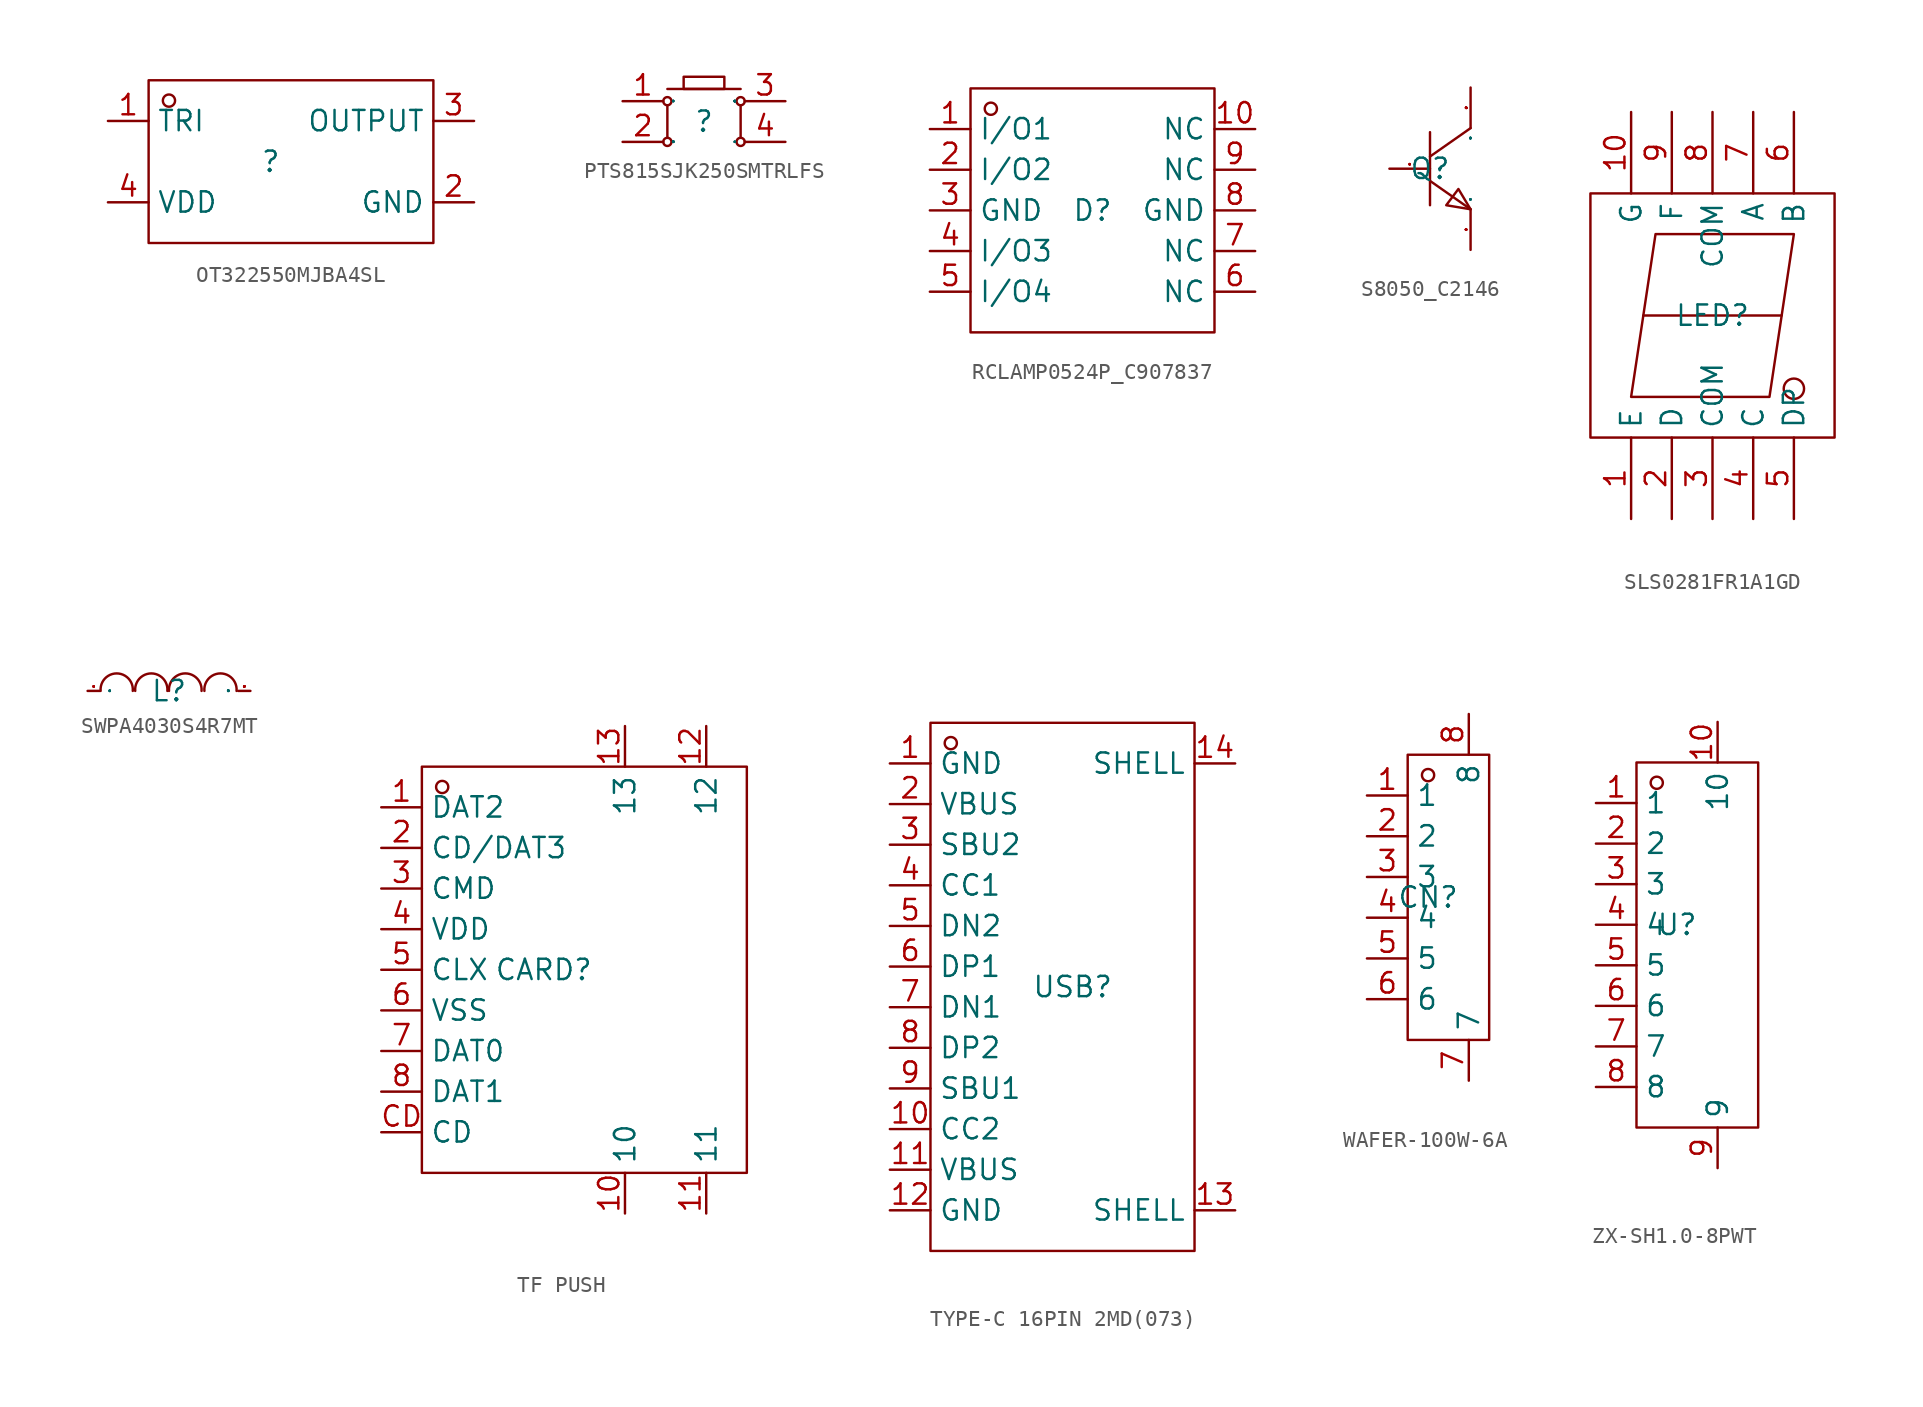
<source format=kicad_sym>
(kicad_symbol_lib
  (version 20241209)
  (generator "kicad_symbol_editor")
  (generator_version "9.0")
  (symbol "OT322550MJBA4SL"
    (property "Reference" ""
      (at 0 0 0)
      (effects (font (size 1.27 1.27))))
    (symbol "OT322550MJBA4SL_1_0"
      (rectangle (start -7.62 -5.08) (end 10.16 5.08) (stroke (width 0) (type default)) (fill (type none)))
      (circle (center -6.35 3.81) (radius 0.381) (stroke (width 0) (type default)) (fill (type none)))
      (pin unspecified line (at -10.16 2.54 0) (length 2.54) (name "TRI" (effects (font (size 1.27 1.27)))) (number "1" (effects (font (size 1.27 1.27)))))
      (pin unspecified line (at -10.16 -2.54 0) (length 2.54) (name "VDD" (effects (font (size 1.27 1.27)))) (number "4" (effects (font (size 1.27 1.27)))))
      (pin unspecified line (at 12.7 2.54 180) (length 2.54) (name "OUTPUT" (effects (font (size 1.27 1.27)))) (number "3" (effects (font (size 1.27 1.27)))))
      (pin unspecified line (at 12.7 -2.54 180) (length 2.54) (name "GND" (effects (font (size 1.27 1.27)))) (number "2" (effects (font (size 1.27 1.27)))))))
  (symbol "PTS815SJK250SMTRLFS"
    (property "Reference" ""
      (at 0 0 0)
      (effects (font (size 1.27 1.27))))
    (property "Value" ""
      (at 0 0 0)
      (effects (font (size 1.27 1.27))))
    (symbol "PTS815SJK250SMTRLFS_1_0"
      (polyline (pts (xy -2.286 2.032) (xy 2.286 2.032)) (stroke (width 0) (type default)) (fill (type none)))
      (circle (center -2.286 1.27) (radius 0.254) (stroke (width 0) (type default)) (fill (type none)))
      (polyline (pts (xy -2.286 1.016) (xy -2.286 -1.016)) (stroke (width 0) (type default)) (fill (type none)))
      (circle (center -2.286 -1.27) (radius 0.254) (stroke (width 0) (type default)) (fill (type none)))
      (rectangle (start -1.27 2.794) (end 1.27 2.032) (stroke (width 0) (type default)) (fill (type none)))
      (circle (center 2.286 1.27) (radius 0.254) (stroke (width 0) (type default)) (fill (type none)))
      (polyline (pts (xy 2.286 1.016) (xy 2.286 -1.016)) (stroke (width 0) (type default)) (fill (type none)))
      (circle (center 2.286 -1.27) (radius 0.254) (stroke (width 0) (type default)) (fill (type none)))
      (pin input line (at -5.08 1.27 0) (length 2.54) (name "1" (effects (font (size 0.025 0.025)))) (number "1" (effects (font (size 1.27 1.27)))))
      (pin input line (at -5.08 -1.27 0) (length 2.54) (name "2" (effects (font (size 0.025 0.025)))) (number "2" (effects (font (size 1.27 1.27)))))
      (pin input line (at 5.08 1.27 180) (length 2.54) (name "3" (effects (font (size 0.025 0.025)))) (number "3" (effects (font (size 1.27 1.27)))))
      (pin input line (at 5.08 -1.27 180) (length 2.54) (name "4" (effects (font (size 0.025 0.025)))) (number "4" (effects (font (size 1.27 1.27)))))))
  (symbol "RCLAMP0524P_C907837"
    (property "Reference" "D"
      (at 0 0 0)
      (effects (font (size 1.27 1.27))))
    (property "Value" ""
      (at 0 0 0)
      (effects (font (size 1.27 1.27))))
    (symbol "RCLAMP0524P_C907837_1_0"
      (rectangle (start -7.62 -7.62) (end 7.62 7.62) (stroke (width 0) (type default)) (fill (type none)))
      (circle (center -6.35 6.35) (radius 0.381) (stroke (width 0) (type default)) (fill (type none)))
      (pin input line (at -10.16 5.08 0) (length 2.54) (name "I/O1" (effects (font (size 1.27 1.27)))) (number "1" (effects (font (size 1.27 1.27)))))
      (pin input line (at -10.16 2.54 0) (length 2.54) (name "I/O2" (effects (font (size 1.27 1.27)))) (number "2" (effects (font (size 1.27 1.27)))))
      (pin input line (at -10.16 0 0) (length 2.54) (name "GND" (effects (font (size 1.27 1.27)))) (number "3" (effects (font (size 1.27 1.27)))))
      (pin input line (at -10.16 -2.54 0) (length 2.54) (name "I/O3" (effects (font (size 1.27 1.27)))) (number "4" (effects (font (size 1.27 1.27)))))
      (pin input line (at -10.16 -5.08 0) (length 2.54) (name "I/O4" (effects (font (size 1.27 1.27)))) (number "5" (effects (font (size 1.27 1.27)))))
      (pin input line (at 10.16 5.08 180) (length 2.54) (name "NC" (effects (font (size 1.27 1.27)))) (number "10" (effects (font (size 1.27 1.27)))))
      (pin input line (at 10.16 2.54 180) (length 2.54) (name "NC" (effects (font (size 1.27 1.27)))) (number "9" (effects (font (size 1.27 1.27)))))
      (pin input line (at 10.16 0 180) (length 2.54) (name "GND" (effects (font (size 1.27 1.27)))) (number "8" (effects (font (size 1.27 1.27)))))
      (pin input line (at 10.16 -2.54 180) (length 2.54) (name "NC" (effects (font (size 1.27 1.27)))) (number "7" (effects (font (size 1.27 1.27)))))
      (pin input line (at 10.16 -5.08 180) (length 2.54) (name "NC" (effects (font (size 1.27 1.27)))) (number "6" (effects (font (size 1.27 1.27)))))))
  (symbol "S8050_C2146"
    (property "Reference" "Q"
      (at 0 0 0)
      (effects (font (size 1.27 1.27))))
    (property "Value" ""
      (at 0 0 0)
      (effects (font (size 1.27 1.27))))
    (symbol "S8050_C2146_1_0"
      (polyline (pts (xy 0 2.286) (xy 0 -2.286)) (stroke (width 0) (type default)) (fill (type none)))
      (polyline (pts (xy 0 -0.762) (xy 2.54 -2.54)) (stroke (width 0) (type default)) (fill (type none)))
      (polyline (pts (xy 2.54 2.54) (xy 0 0.762)) (stroke (width 0) (type default)) (fill (type none)))
      (polyline (pts (xy 2.54 -2.54) (xy 1.778 -1.27) (xy 1.778 -1.27) (xy 1.016 -2.286) (xy 1.016 -2.286) (xy 2.54 -2.54)) (stroke (width 0) (type default)) (fill (type none)))
      (pin unspecified line (at -2.54 0 0) (length 2.54) (name "B" (effects (font (size 0.025 0.025)))) (number "1" (effects (font (size 0.025 0.025)))))
      (pin unspecified line (at 2.54 5.08 270) (length 2.54) (name "C" (effects (font (size 0.025 0.025)))) (number "3" (effects (font (size 0.025 0.025)))))
      (pin unspecified line (at 2.54 -5.08 90) (length 2.54) (name "E" (effects (font (size 0.025 0.025)))) (number "2" (effects (font (size 0.025 0.025)))))))
  (symbol "SLS0281FR1A1GD"
    (property "Reference" "LED"
      (at 0 0 0)
      (effects (font (size 1.27 1.27))))
    (property "Value" ""
      (at 0 0 0)
      (effects (font (size 1.27 1.27))))
    (symbol "SLS0281FR1A1GD_1_0"
      (rectangle (start -7.62 -7.62) (end 7.62 7.62) (stroke (width 0) (type default)) (fill (type none)))
      (polyline (pts (xy -4.318 0) (xy 4.318 0)) (stroke (width 0) (type default)) (fill (type none)))
      (polyline (pts (xy -3.556 5.08) (xy 5.08 5.08) (xy 5.08 5.08) (xy 3.556 -5.08) (xy 3.556 -5.08) (xy -5.08 -5.08) (xy -5.08 -5.08) (xy -3.556 5.08)) (stroke (width 0) (type default)) (fill (type none)))
      (circle (center 5.08 -4.572) (radius 0.635) (stroke (width 0) (type default)) (fill (type none)))
      (pin input line (at -5.08 12.7 270) (length 5.08) (name "G" (effects (font (size 1.27 1.27)))) (number "10" (effects (font (size 1.27 1.27)))))
      (pin input line (at -5.08 -12.7 90) (length 5.08) (name "E" (effects (font (size 1.27 1.27)))) (number "1" (effects (font (size 1.27 1.27)))))
      (pin input line (at -2.54 12.7 270) (length 5.08) (name "F" (effects (font (size 1.27 1.27)))) (number "9" (effects (font (size 1.27 1.27)))))
      (pin input line (at -2.54 -12.7 90) (length 5.08) (name "D" (effects (font (size 1.27 1.27)))) (number "2" (effects (font (size 1.27 1.27)))))
      (pin input line (at 0 12.7 270) (length 5.08) (name "COM" (effects (font (size 1.27 1.27)))) (number "8" (effects (font (size 1.27 1.27)))))
      (pin input line (at 0 -12.7 90) (length 5.08) (name "COM" (effects (font (size 1.27 1.27)))) (number "3" (effects (font (size 1.27 1.27)))))
      (pin input line (at 2.54 12.7 270) (length 5.08) (name "A" (effects (font (size 1.27 1.27)))) (number "7" (effects (font (size 1.27 1.27)))))
      (pin input line (at 2.54 -12.7 90) (length 5.08) (name "C" (effects (font (size 1.27 1.27)))) (number "4" (effects (font (size 1.27 1.27)))))
      (pin input line (at 5.08 12.7 270) (length 5.08) (name "B" (effects (font (size 1.27 1.27)))) (number "6" (effects (font (size 1.27 1.27)))))
      (pin input line (at 5.08 -12.7 90) (length 5.08) (name "DP" (effects (font (size 1.27 1.27)))) (number "5" (effects (font (size 1.27 1.27)))))))
  (symbol "SWPA4030S4R7MT"
    (property "Reference" "L"
      (at 0 0 0)
      (effects (font (size 1.27 1.27))))
    (property "Value" ""
      (at 0 0 0)
      (effects (font (size 1.27 1.27))))
    (symbol "SWPA4030S4R7MT_1_0"
      (arc (start -4.2672 0) (mid -3.2512 1.0922) (end -2.2606 0) (stroke (width 0) (type default)) (fill (type none)))
      (arc (start -2.1082 0) (mid -1.1176 1.0922) (end -0.1016 0) (stroke (width 0) (type default)) (fill (type none)))
      (arc (start 0 0) (mid 1.016 1.0922) (end 2.032 0) (stroke (width 0) (type default)) (fill (type none)))
      (arc (start 2.2098 0) (mid 3.2004 1.0922) (end 4.2164 0) (stroke (width 0) (type default)) (fill (type none)))
      (pin input line (at -5.08 0 0) (length 0.762) (name "1" (effects (font (size 0.025 0.025)))) (number "1" (effects (font (size 0.025 0.025)))))
      (pin input line (at 5.08 0 180) (length 0.762) (name "2" (effects (font (size 0.025 0.025)))) (number "2" (effects (font (size 0.025 0.025)))))))
  (symbol "TF PUSH"
    (property "Reference" "CARD"
      (at 0 0 0)
      (effects (font (size 1.27 1.27))))
    (property "Value" ""
      (at 0 0 0)
      (effects (font (size 1.27 1.27))))
    (symbol "TF PUSH_1_0"
      (rectangle (start -7.62 -12.7) (end 12.7 12.7) (stroke (width 0) (type default)) (fill (type none)))
      (circle (center -6.35 11.43) (radius 0.381) (stroke (width 0) (type default)) (fill (type none)))
      (pin input line (at -10.16 10.16 0) (length 2.54) (name "DAT2" (effects (font (size 1.27 1.27)))) (number "1" (effects (font (size 1.27 1.27)))))
      (pin input line (at -10.16 7.62 0) (length 2.54) (name "CD/DAT3" (effects (font (size 1.27 1.27)))) (number "2" (effects (font (size 1.27 1.27)))))
      (pin input line (at -10.16 5.08 0) (length 2.54) (name "CMD" (effects (font (size 1.27 1.27)))) (number "3" (effects (font (size 1.27 1.27)))))
      (pin input line (at -10.16 2.54 0) (length 2.54) (name "VDD" (effects (font (size 1.27 1.27)))) (number "4" (effects (font (size 1.27 1.27)))))
      (pin input line (at -10.16 0 0) (length 2.54) (name "CLX" (effects (font (size 1.27 1.27)))) (number "5" (effects (font (size 1.27 1.27)))))
      (pin input line (at -10.16 -2.54 0) (length 2.54) (name "VSS" (effects (font (size 1.27 1.27)))) (number "6" (effects (font (size 1.27 1.27)))))
      (pin input line (at -10.16 -5.08 0) (length 2.54) (name "DAT0" (effects (font (size 1.27 1.27)))) (number "7" (effects (font (size 1.27 1.27)))))
      (pin input line (at -10.16 -7.62 0) (length 2.54) (name "DAT1" (effects (font (size 1.27 1.27)))) (number "8" (effects (font (size 1.27 1.27)))))
      (pin input line (at -10.16 -10.16 0) (length 2.54) (name "CD" (effects (font (size 1.27 1.27)))) (number "CD" (effects (font (size 1.27 1.27)))))
      (pin input line (at 5.08 15.24 270) (length 2.54) (name "13" (effects (font (size 1.27 1.27)))) (number "13" (effects (font (size 1.27 1.27)))))
      (pin input line (at 5.08 -15.24 90) (length 2.54) (name "10" (effects (font (size 1.27 1.27)))) (number "10" (effects (font (size 1.27 1.27)))))
      (pin input line (at 10.16 15.24 270) (length 2.54) (name "12" (effects (font (size 1.27 1.27)))) (number "12" (effects (font (size 1.27 1.27)))))
      (pin input line (at 10.16 -15.24 90) (length 2.54) (name "11" (effects (font (size 1.27 1.27)))) (number "11" (effects (font (size 1.27 1.27)))))))
  (symbol "TYPE-C 16PIN 2MD(073)"
    (property "Reference" "USB"
      (at 0 0 0)
      (effects (font (size 1.27 1.27))))
    (property "Value" ""
      (at 0 0 0)
      (effects (font (size 1.27 1.27))))
    (symbol "TYPE-C 16PIN 2MD(073)_1_0"
      (rectangle (start -8.89 -16.51) (end 7.62 16.51) (stroke (width 0) (type default)) (fill (type none)))
      (circle (center -7.62 15.24) (radius 0.381) (stroke (width 0) (type default)) (fill (type none)))
      (pin input line (at -11.43 13.97 0) (length 2.54) (name "GND" (effects (font (size 1.27 1.27)))) (number "1" (effects (font (size 1.27 1.27)))))
      (pin input line (at -11.43 11.43 0) (length 2.54) (name "VBUS" (effects (font (size 1.27 1.27)))) (number "2" (effects (font (size 1.27 1.27)))))
      (pin input line (at -11.43 8.89 0) (length 2.54) (name "SBU2" (effects (font (size 1.27 1.27)))) (number "3" (effects (font (size 1.27 1.27)))))
      (pin input line (at -11.43 6.35 0) (length 2.54) (name "CC1" (effects (font (size 1.27 1.27)))) (number "4" (effects (font (size 1.27 1.27)))))
      (pin input line (at -11.43 3.81 0) (length 2.54) (name "DN2" (effects (font (size 1.27 1.27)))) (number "5" (effects (font (size 1.27 1.27)))))
      (pin input line (at -11.43 1.27 0) (length 2.54) (name "DP1" (effects (font (size 1.27 1.27)))) (number "6" (effects (font (size 1.27 1.27)))))
      (pin input line (at -11.43 -1.27 0) (length 2.54) (name "DN1" (effects (font (size 1.27 1.27)))) (number "7" (effects (font (size 1.27 1.27)))))
      (pin input line (at -11.43 -3.81 0) (length 2.54) (name "DP2" (effects (font (size 1.27 1.27)))) (number "8" (effects (font (size 1.27 1.27)))))
      (pin input line (at -11.43 -6.35 0) (length 2.54) (name "SBU1" (effects (font (size 1.27 1.27)))) (number "9" (effects (font (size 1.27 1.27)))))
      (pin input line (at -11.43 -8.89 0) (length 2.54) (name "CC2" (effects (font (size 1.27 1.27)))) (number "10" (effects (font (size 1.27 1.27)))))
      (pin input line (at -11.43 -11.43 0) (length 2.54) (name "VBUS" (effects (font (size 1.27 1.27)))) (number "11" (effects (font (size 1.27 1.27)))))
      (pin input line (at -11.43 -13.97 0) (length 2.54) (name "GND" (effects (font (size 1.27 1.27)))) (number "12" (effects (font (size 1.27 1.27)))))
      (pin input line (at 10.16 13.97 180) (length 2.54) (name "SHELL" (effects (font (size 1.27 1.27)))) (number "14" (effects (font (size 1.27 1.27)))))
      (pin input line (at 10.16 -13.97 180) (length 2.54) (name "SHELL" (effects (font (size 1.27 1.27)))) (number "13" (effects (font (size 1.27 1.27)))))))
  (symbol "WAFER-100W-6A"
    (property "Reference" "CN"
      (at 0 0 0)
      (effects (font (size 1.27 1.27))))
    (property "Value" ""
      (at 0 0 0)
      (effects (font (size 1.27 1.27))))
    (symbol "WAFER-100W-6A_1_0"
      (rectangle (start -1.27 -8.89) (end 3.81 8.89) (stroke (width 0) (type default)) (fill (type none)))
      (circle (center 0 7.62) (radius 0.381) (stroke (width 0) (type default)) (fill (type none)))
      (pin unspecified line (at -3.81 6.35 0) (length 2.54) (name "1" (effects (font (size 1.27 1.27)))) (number "1" (effects (font (size 1.27 1.27)))))
      (pin unspecified line (at -3.81 3.81 0) (length 2.54) (name "2" (effects (font (size 1.27 1.27)))) (number "2" (effects (font (size 1.27 1.27)))))
      (pin unspecified line (at -3.81 1.27 0) (length 2.54) (name "3" (effects (font (size 1.27 1.27)))) (number "3" (effects (font (size 1.27 1.27)))))
      (pin unspecified line (at -3.81 -1.27 0) (length 2.54) (name "4" (effects (font (size 1.27 1.27)))) (number "4" (effects (font (size 1.27 1.27)))))
      (pin unspecified line (at -3.81 -3.81 0) (length 2.54) (name "5" (effects (font (size 1.27 1.27)))) (number "5" (effects (font (size 1.27 1.27)))))
      (pin unspecified line (at -3.81 -6.35 0) (length 2.54) (name "6" (effects (font (size 1.27 1.27)))) (number "6" (effects (font (size 1.27 1.27)))))
      (pin unspecified line (at 2.54 11.43 270) (length 2.54) (name "8" (effects (font (size 1.27 1.27)))) (number "8" (effects (font (size 1.27 1.27)))))
      (pin unspecified line (at 2.54 -11.43 90) (length 2.54) (name "7" (effects (font (size 1.27 1.27)))) (number "7" (effects (font (size 1.27 1.27)))))))
  (symbol "ZX-SH1.0-8PWT"
    (property "Reference" "U"
      (at 0 0 0)
      (effects (font (size 1.27 1.27))))
    (property "Value" ""
      (at 0 0 0)
      (effects (font (size 1.27 1.27))))
    (symbol "ZX-SH1.0-8PWT_1_0"
      (rectangle (start -2.54 -12.7) (end 5.08 10.16) (stroke (width 0) (type default)) (fill (type none)))
      (circle (center -1.27 8.89) (radius 0.381) (stroke (width 0) (type default)) (fill (type none)))
      (pin unspecified line (at -5.08 7.62 0) (length 2.54) (name "1" (effects (font (size 1.27 1.27)))) (number "1" (effects (font (size 1.27 1.27)))))
      (pin unspecified line (at -5.08 5.08 0) (length 2.54) (name "2" (effects (font (size 1.27 1.27)))) (number "2" (effects (font (size 1.27 1.27)))))
      (pin unspecified line (at -5.08 2.54 0) (length 2.54) (name "3" (effects (font (size 1.27 1.27)))) (number "3" (effects (font (size 1.27 1.27)))))
      (pin unspecified line (at -5.08 0 0) (length 2.54) (name "4" (effects (font (size 1.27 1.27)))) (number "4" (effects (font (size 1.27 1.27)))))
      (pin unspecified line (at -5.08 -2.54 0) (length 2.54) (name "5" (effects (font (size 1.27 1.27)))) (number "5" (effects (font (size 1.27 1.27)))))
      (pin unspecified line (at -5.08 -5.08 0) (length 2.54) (name "6" (effects (font (size 1.27 1.27)))) (number "6" (effects (font (size 1.27 1.27)))))
      (pin unspecified line (at -5.08 -7.62 0) (length 2.54) (name "7" (effects (font (size 1.27 1.27)))) (number "7" (effects (font (size 1.27 1.27)))))
      (pin unspecified line (at -5.08 -10.16 0) (length 2.54) (name "8" (effects (font (size 1.27 1.27)))) (number "8" (effects (font (size 1.27 1.27)))))
      (pin unspecified line (at 2.54 12.7 270) (length 2.54) (name "10" (effects (font (size 1.27 1.27)))) (number "10" (effects (font (size 1.27 1.27)))))
      (pin unspecified line (at 2.54 -15.24 90) (length 2.54) (name "9" (effects (font (size 1.27 1.27)))) (number "9" (effects (font (size 1.27 1.27))))))))
</source>
